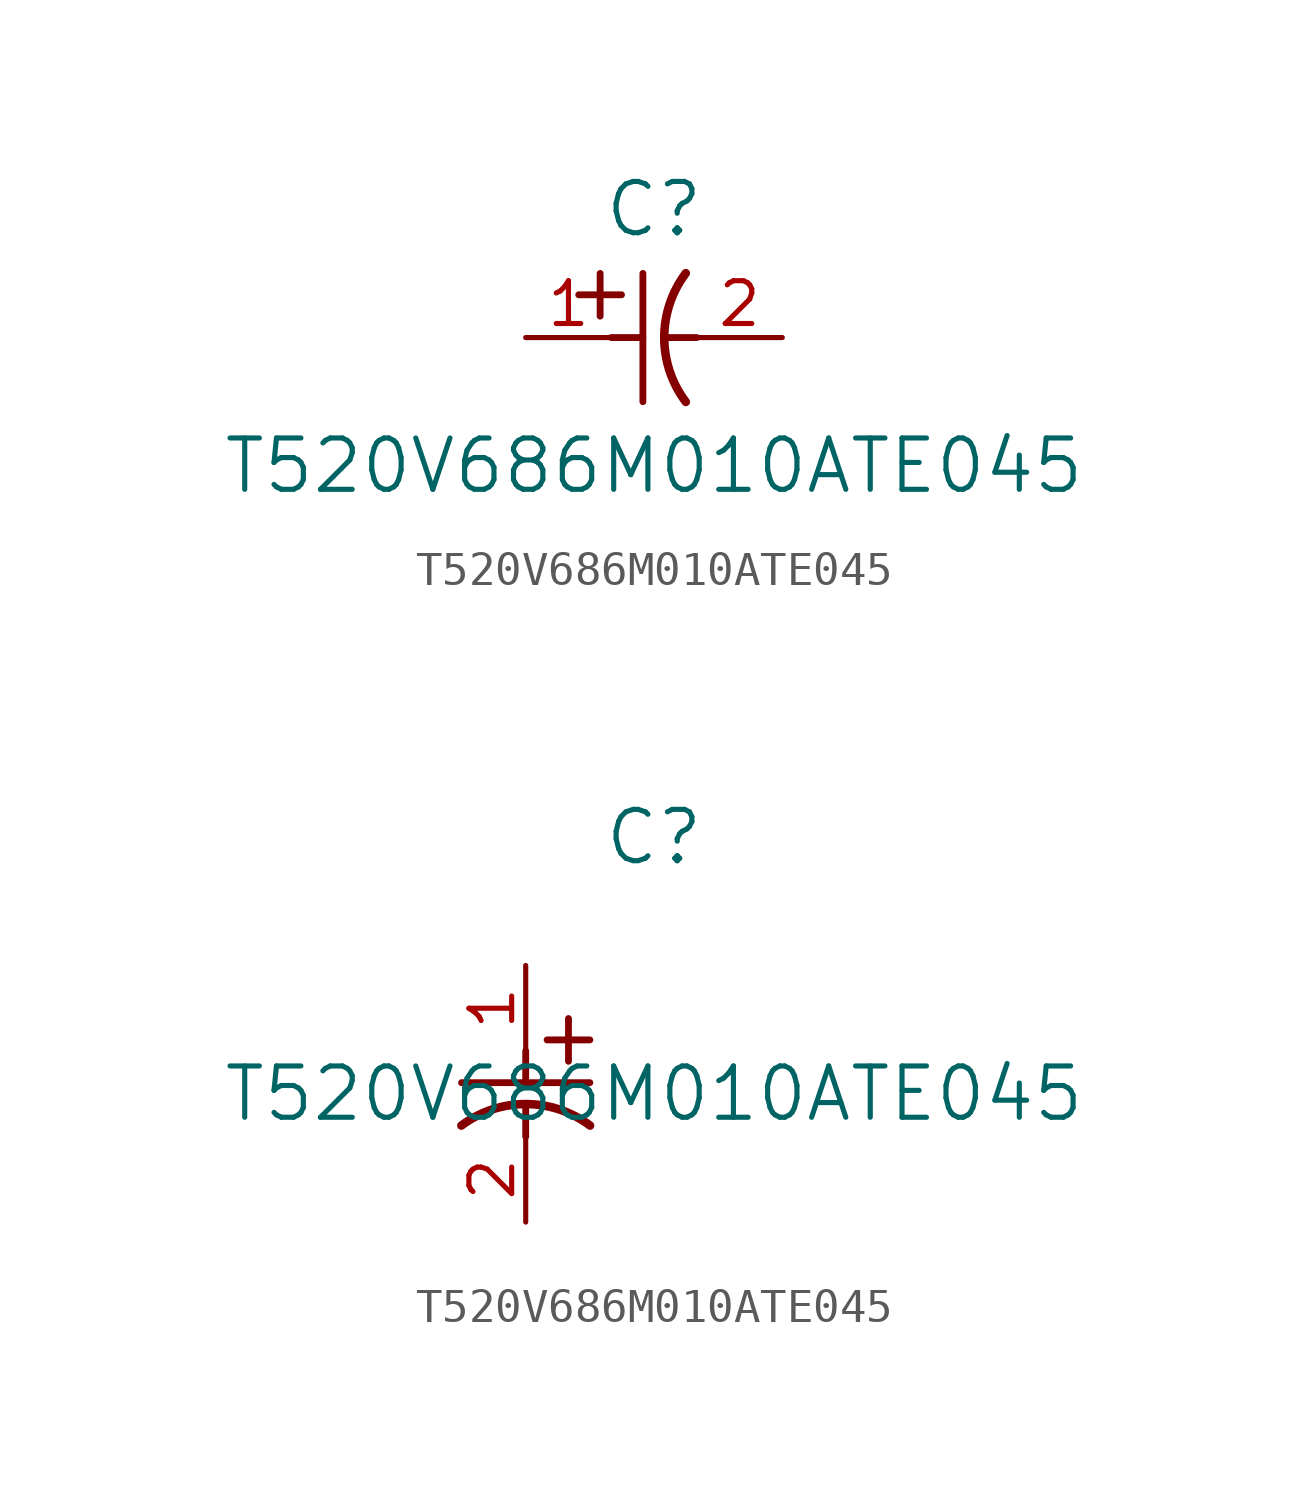
<source format=kicad_sym>
(kicad_symbol_lib
  (version 20211014)
  (generator kicad_symbol_editor)
  (symbol "T520V686M010ATE045"
    (pin_names
      (offset 0.254))
    (property "Reference" "C"
      (at 3.81 3.81 0)
      (effects (font (size 1.524 1.524))))
    (property "Value" "T520V686M010ATE045"
      (at 3.81 -3.81 0)
      (effects (font (size 1.524 1.524))))
    (symbol "T520V686M010ATE045_1_1"
      (polyline (pts (xy 2.21 0.635) (xy 2.21 1.905)) (stroke (width 0.203) (type default) (color 0 0 0 0)) (fill (type none)))
      (arc (start 4.754132 1.910763) (mid 4.1148 0) (end 4.754132 -1.910763) (stroke (width 0.254) (type default) (color 0 0 0 0)) (fill (type none)))
      (polyline (pts (xy 4.115 0) (xy 5.08 0)) (stroke (width 0.203) (type default) (color 0 0 0 0)) (fill (type none)))
      (polyline (pts (xy 3.48 -1.905) (xy 3.48 1.905)) (stroke (width 0.203) (type default) (color 0 0 0 0)) (fill (type none)))
      (polyline (pts (xy 1.575 1.27) (xy 2.845 1.27)) (stroke (width 0.203) (type default) (color 0 0 0 0)) (fill (type none)))
      (polyline (pts (xy 2.54 0) (xy 3.48 0)) (stroke (width 0.203) (type default) (color 0 0 0 0)) (fill (type none)))
      (pin unspecified line (at 0 0 0) (length 2.54) (name "" (effects (font (size 1.27 1.27)))) (number "1" (effects (font (size 1.27 1.27)))))
      (pin unspecified line (at 7.62 0 180) (length 2.54) (name "" (effects (font (size 1.27 1.27)))) (number "2" (effects (font (size 1.27 1.27))))))
    (symbol "T520V686M010ATE045_1_2"
      (polyline (pts (xy 0 -2.54) (xy 0 -3.48)) (stroke (width 0.203) (type default) (color 0 0 0 0)) (fill (type none)))
      (arc (start 1.910763 -4.754132) (mid 0 -4.1148) (end -1.910763 -4.754132) (stroke (width 0.254) (type default) (color 0 0 0 0)) (fill (type none)))
      (polyline (pts (xy -1.905 -3.48) (xy 1.905 -3.48)) (stroke (width 0.203) (type default) (color 0 0 0 0)) (fill (type none)))
      (polyline (pts (xy 0.635 -2.21) (xy 1.905 -2.21)) (stroke (width 0.203) (type default) (color 0 0 0 0)) (fill (type none)))
      (polyline (pts (xy 1.27 -1.575) (xy 1.27 -2.845)) (stroke (width 0.203) (type default) (color 0 0 0 0)) (fill (type none)))
      (polyline (pts (xy 0 -4.115) (xy 0 -5.08)) (stroke (width 0.203) (type default) (color 0 0 0 0)) (fill (type none)))
      (pin unspecified line (at 0 0 270) (length 2.54) (name "" (effects (font (size 1.27 1.27)))) (number "1" (effects (font (size 1.27 1.27)))))
      (pin unspecified line (at 0 -7.62 90) (length 2.54) (name "" (effects (font (size 1.27 1.27)))) (number "2" (effects (font (size 1.27 1.27))))))))
</source>
